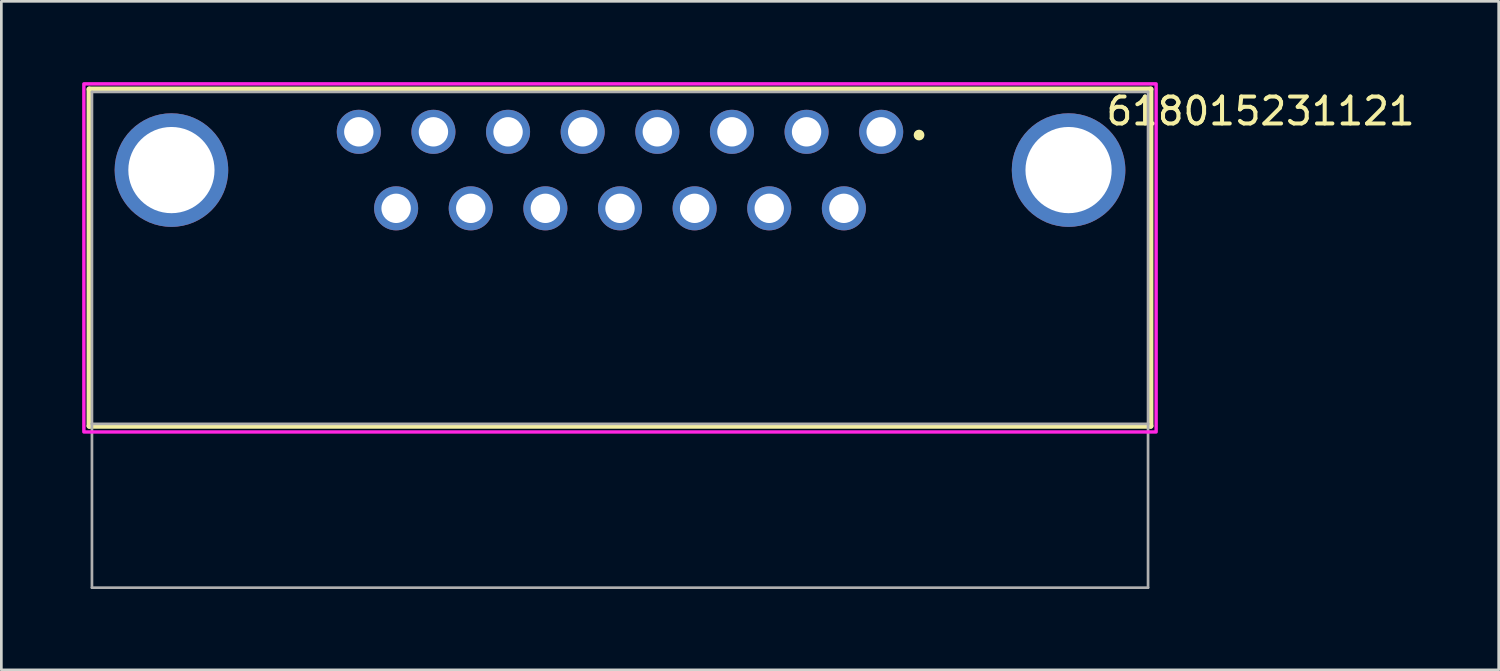
<source format=kicad_pcb>
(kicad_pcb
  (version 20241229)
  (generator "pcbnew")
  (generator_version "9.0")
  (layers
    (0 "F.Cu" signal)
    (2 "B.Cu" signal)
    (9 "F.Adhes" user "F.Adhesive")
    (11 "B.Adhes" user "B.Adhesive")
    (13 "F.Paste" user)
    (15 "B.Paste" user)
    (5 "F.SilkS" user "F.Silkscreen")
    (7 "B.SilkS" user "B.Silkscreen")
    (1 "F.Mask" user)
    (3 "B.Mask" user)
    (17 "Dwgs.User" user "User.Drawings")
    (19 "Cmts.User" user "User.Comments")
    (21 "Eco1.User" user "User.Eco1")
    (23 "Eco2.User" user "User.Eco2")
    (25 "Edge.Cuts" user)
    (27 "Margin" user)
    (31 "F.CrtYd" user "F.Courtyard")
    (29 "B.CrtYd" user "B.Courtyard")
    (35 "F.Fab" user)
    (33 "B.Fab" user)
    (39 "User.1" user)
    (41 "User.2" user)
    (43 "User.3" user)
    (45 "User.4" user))
  (footprint "618015231121"
    (layer "F.Cu")
    (at 19.963 9.563)
    (property "Reference" "618015231121" (at 23.775 -8.485 0) (layer "F.SilkS") (effects (font (size 1 1) (thickness 0.15))))
    (attr through_hole)
    (fp_line (start -19.7 -9.3) (end 19.7 -9.3) (stroke (width 0.2) (type solid)) (layer "F.SilkS"))
    (fp_line (start -19.7 3.2) (end -19.7 -9.3) (stroke (width 0.2) (type solid)) (layer "F.SilkS"))
    (fp_line (start 19.7 -9.3) (end 19.7 3.2) (stroke (width 0.2) (type solid)) (layer "F.SilkS"))
    (fp_line (start 19.7 3.2) (end -19.7 3.2) (stroke (width 0.2) (type solid)) (layer "F.SilkS"))
    (fp_circle (center 11.1 -7.6) (end 11.2 -7.6) (stroke (width 0.2) (type solid)) (fill no) (layer "F.SilkS"))
    (fp_poly (pts (xy -19.9 -9.5) (xy 19.9 -9.5) (xy 19.9 3.42) (xy -19.9 3.42)) (stroke (width 0.127) (type solid)) (fill no) (layer "F.CrtYd"))
    (fp_line (start -19.6 -9.2) (end 19.6 -9.2) (stroke (width 0.1) (type solid)) (layer "F.Fab"))
    (fp_line (start -19.6 3.12) (end -19.6 -9.2) (stroke (width 0.1) (type solid)) (layer "F.Fab"))
    (fp_line (start -19.6 9.2) (end -19.6 3.12) (stroke (width 0.1) (type solid)) (layer "F.Fab"))
    (fp_line (start 19.6 -9.2) (end 19.6 3.12) (stroke (width 0.1) (type solid)) (layer "F.Fab"))
    (fp_line (start 19.6 3.12) (end -19.6 3.12) (stroke (width 0.1) (type solid)) (layer "F.Fab"))
    (fp_line (start 19.6 3.12) (end 19.6 9.2) (stroke (width 0.1) (type solid)) (layer "F.Fab"))
    (fp_line (start 19.6 9.2) (end -19.6 9.2) (stroke (width 0.1) (type solid)) (layer "F.Fab"))
    (pad "1" thru_hole circle (at 9.695 -7.72) (size 1.635 1.635) (drill 1.09) (layers "*.Cu" "*.Mask"))
    (pad "2" thru_hole circle (at 6.925 -7.72) (size 1.635 1.635) (drill 1.09) (layers "*.Cu" "*.Mask"))
    (pad "3" thru_hole circle (at 4.155 -7.72) (size 1.635 1.635) (drill 1.09) (layers "*.Cu" "*.Mask"))
    (pad "4" thru_hole circle (at 1.385 -7.72) (size 1.635 1.635) (drill 1.09) (layers "*.Cu" "*.Mask"))
    (pad "5" thru_hole circle (at -1.385 -7.72) (size 1.635 1.635) (drill 1.09) (layers "*.Cu" "*.Mask"))
    (pad "6" thru_hole circle (at -4.155 -7.72) (size 1.635 1.635) (drill 1.09) (layers "*.Cu" "*.Mask"))
    (pad "7" thru_hole circle (at -6.925 -7.72) (size 1.635 1.635) (drill 1.09) (layers "*.Cu" "*.Mask"))
    (pad "8" thru_hole circle (at -9.695 -7.72) (size 1.635 1.635) (drill 1.09) (layers "*.Cu" "*.Mask"))
    (pad "9" thru_hole circle (at 8.31 -4.88) (size 1.635 1.635) (drill 1.09) (layers "*.Cu" "*.Mask"))
    (pad "10" thru_hole circle (at 5.54 -4.88) (size 1.635 1.635) (drill 1.09) (layers "*.Cu" "*.Mask"))
    (pad "11" thru_hole circle (at 2.77 -4.88) (size 1.635 1.635) (drill 1.09) (layers "*.Cu" "*.Mask"))
    (pad "12" thru_hole circle (at 0 -4.88) (size 1.635 1.635) (drill 1.09) (layers "*.Cu" "*.Mask"))
    (pad "13" thru_hole circle (at -2.77 -4.88) (size 1.635 1.635) (drill 1.09) (layers "*.Cu" "*.Mask"))
    (pad "14" thru_hole circle (at -5.54 -4.88) (size 1.635 1.635) (drill 1.09) (layers "*.Cu" "*.Mask"))
    (pad "15" thru_hole circle (at -8.31 -4.88) (size 1.635 1.635) (drill 1.09) (layers "*.Cu" "*.Mask"))
    (pad "S1" thru_hole circle (at -16.65 -6.3) (size 4.216 4.216) (drill 3.2) (layers "*.Cu" "*.Mask"))
    (pad "S2" thru_hole circle (at 16.65 -6.3) (size 4.216 4.216) (drill 3.2) (layers "*.Cu" "*.Mask")))
  (gr_rect
    (start -3 -3)
    (end 52.578 21.814)
    (stroke (width 0.1) (type default))
    (fill no)
    (layer "Edge.Cuts")))
</source>
